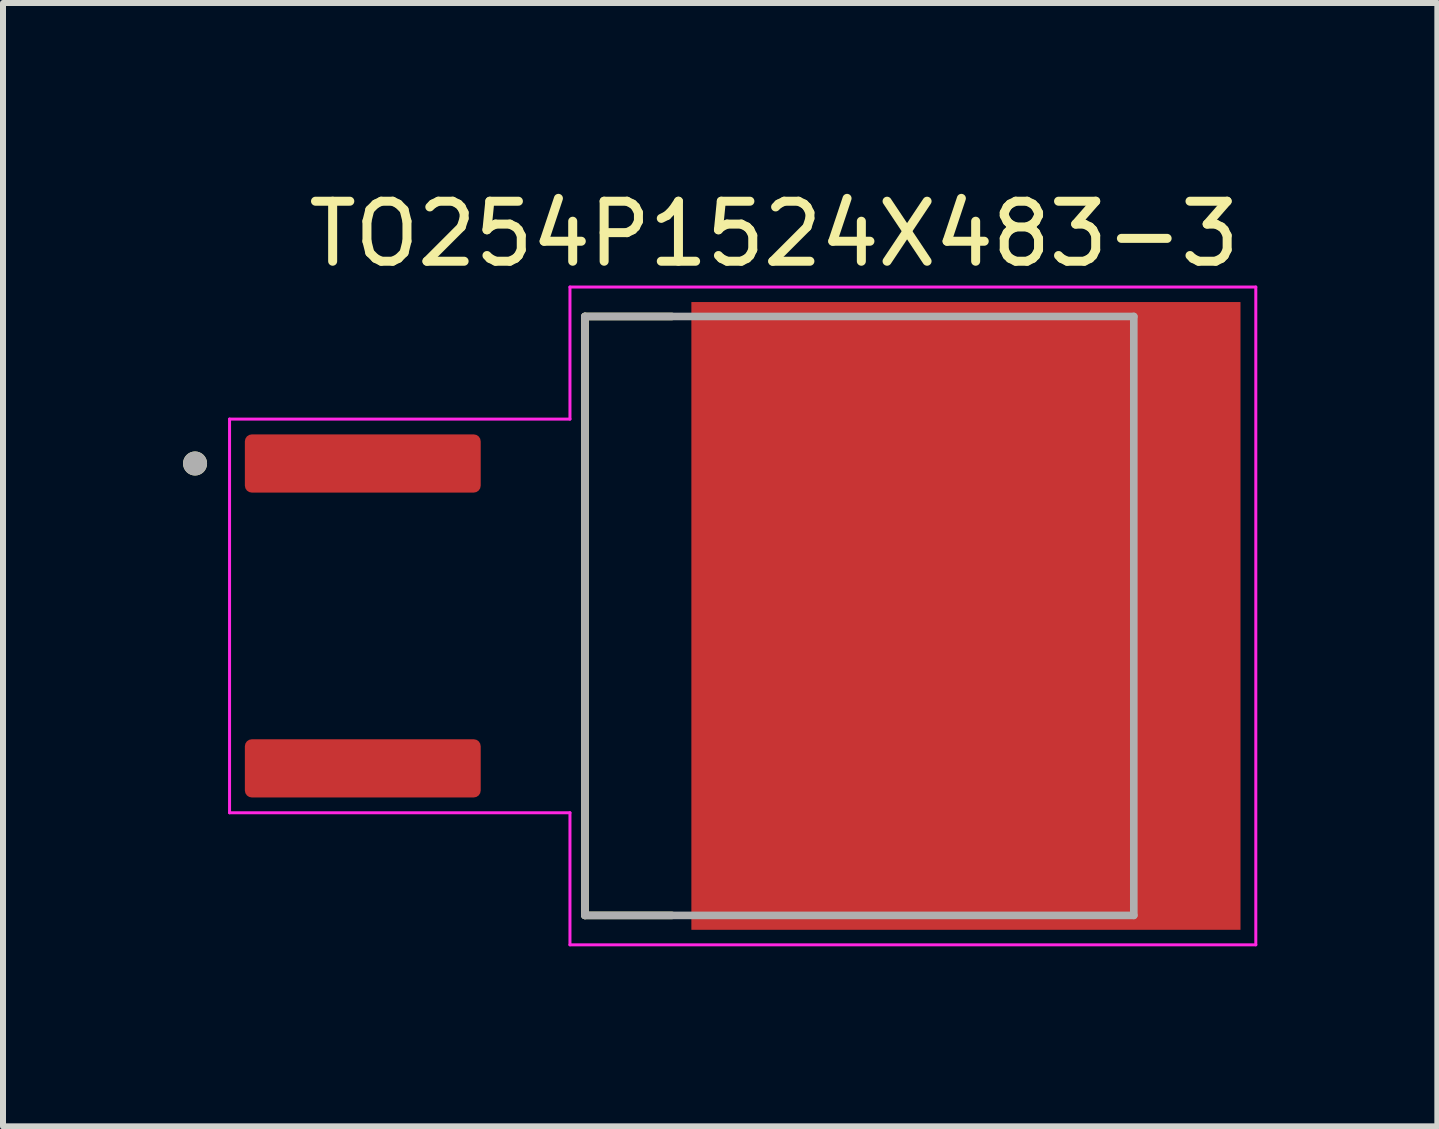
<source format=kicad_pcb>
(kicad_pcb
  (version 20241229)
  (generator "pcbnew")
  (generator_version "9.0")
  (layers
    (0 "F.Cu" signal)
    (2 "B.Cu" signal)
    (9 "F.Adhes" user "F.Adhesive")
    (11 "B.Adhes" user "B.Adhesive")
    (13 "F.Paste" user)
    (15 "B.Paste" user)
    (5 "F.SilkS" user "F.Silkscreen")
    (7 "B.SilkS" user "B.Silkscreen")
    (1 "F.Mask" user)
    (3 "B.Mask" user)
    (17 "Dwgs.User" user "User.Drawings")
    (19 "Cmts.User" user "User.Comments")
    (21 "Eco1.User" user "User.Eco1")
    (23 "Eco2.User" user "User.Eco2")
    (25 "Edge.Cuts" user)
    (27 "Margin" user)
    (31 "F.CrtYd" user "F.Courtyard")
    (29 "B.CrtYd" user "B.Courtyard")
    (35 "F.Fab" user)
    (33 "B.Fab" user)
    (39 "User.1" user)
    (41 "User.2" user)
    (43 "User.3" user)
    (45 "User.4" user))
  (footprint "TO254P1524X483-3"
    (layer "F.Cu")
    (at 9.325 7.213)
    (property "Reference" "TO254P1524X483-3" (at 0.525 -6.365 0) (layer "F.SilkS") (effects (font (size 1 1) (thickness 0.15))))
    (attr through_hole)
    (fp_line (start -2.628 -4.99) (end -2.628 4.99) (stroke (width 0.127) (type solid)) (layer "F.SilkS"))
    (fp_line (start -2.628 4.99) (end -1.18 4.99) (stroke (width 0.127) (type solid)) (layer "F.SilkS"))
    (fp_line (start -1.18 -4.99) (end -2.628 -4.99) (stroke (width 0.127) (type solid)) (layer "F.SilkS"))
    (fp_circle (center -9.125 -2.54) (end -9.025 -2.54) (stroke (width 0.2) (type solid)) (fill no) (layer "F.SilkS"))
    (fp_poly (pts (xy -0.57 -5.01) (xy 0.69 -5.01) (xy 0.69 -3.74) (xy -0.57 -3.74)) (stroke (width 0.01) (type solid)) (fill yes) (layer "F.Paste"))
    (fp_poly (pts (xy -0.57 -3.26) (xy 0.69 -3.26) (xy 0.69 -1.99) (xy -0.57 -1.99)) (stroke (width 0.01) (type solid)) (fill yes) (layer "F.Paste"))
    (fp_poly (pts (xy -0.57 -1.51) (xy 0.69 -1.51) (xy 0.69 -0.24) (xy -0.57 -0.24)) (stroke (width 0.01) (type solid)) (fill yes) (layer "F.Paste"))
    (fp_poly (pts (xy -0.57 0.24) (xy 0.69 0.24) (xy 0.69 1.51) (xy -0.57 1.51)) (stroke (width 0.01) (type solid)) (fill yes) (layer "F.Paste"))
    (fp_poly (pts (xy -0.57 1.99) (xy 0.69 1.99) (xy 0.69 3.26) (xy -0.57 3.26)) (stroke (width 0.01) (type solid)) (fill yes) (layer "F.Paste"))
    (fp_poly (pts (xy -0.57 3.74) (xy 0.69 3.74) (xy 0.69 5.01) (xy -0.57 5.01)) (stroke (width 0.01) (type solid)) (fill yes) (layer "F.Paste"))
    (fp_poly (pts (xy 1.26 -5.01) (xy 2.52 -5.01) (xy 2.52 -3.74) (xy 1.26 -3.74)) (stroke (width 0.01) (type solid)) (fill yes) (layer "F.Paste"))
    (fp_poly (pts (xy 1.26 -3.26) (xy 2.52 -3.26) (xy 2.52 -1.99) (xy 1.26 -1.99)) (stroke (width 0.01) (type solid)) (fill yes) (layer "F.Paste"))
    (fp_poly (pts (xy 1.26 -1.51) (xy 2.52 -1.51) (xy 2.52 -0.24) (xy 1.26 -0.24)) (stroke (width 0.01) (type solid)) (fill yes) (layer "F.Paste"))
    (fp_poly (pts (xy 1.26 0.24) (xy 2.52 0.24) (xy 2.52 1.51) (xy 1.26 1.51)) (stroke (width 0.01) (type solid)) (fill yes) (layer "F.Paste"))
    (fp_poly (pts (xy 1.26 1.99) (xy 2.52 1.99) (xy 2.52 3.26) (xy 1.26 3.26)) (stroke (width 0.01) (type solid)) (fill yes) (layer "F.Paste"))
    (fp_poly (pts (xy 1.26 3.74) (xy 2.52 3.74) (xy 2.52 5.01) (xy 1.26 5.01)) (stroke (width 0.01) (type solid)) (fill yes) (layer "F.Paste"))
    (fp_poly (pts (xy 3.09 -5.01) (xy 4.35 -5.01) (xy 4.35 -3.74) (xy 3.09 -3.74)) (stroke (width 0.01) (type solid)) (fill yes) (layer "F.Paste"))
    (fp_poly (pts (xy 3.09 -3.26) (xy 4.35 -3.26) (xy 4.35 -1.99) (xy 3.09 -1.99)) (stroke (width 0.01) (type solid)) (fill yes) (layer "F.Paste"))
    (fp_poly (pts (xy 3.09 -1.51) (xy 4.35 -1.51) (xy 4.35 -0.24) (xy 3.09 -0.24)) (stroke (width 0.01) (type solid)) (fill yes) (layer "F.Paste"))
    (fp_poly (pts (xy 3.09 0.24) (xy 4.35 0.24) (xy 4.35 1.51) (xy 3.09 1.51)) (stroke (width 0.01) (type solid)) (fill yes) (layer "F.Paste"))
    (fp_poly (pts (xy 3.09 1.99) (xy 4.35 1.99) (xy 4.35 3.26) (xy 3.09 3.26)) (stroke (width 0.01) (type solid)) (fill yes) (layer "F.Paste"))
    (fp_poly (pts (xy 3.09 3.74) (xy 4.35 3.74) (xy 4.35 5.01) (xy 3.09 5.01)) (stroke (width 0.01) (type solid)) (fill yes) (layer "F.Paste"))
    (fp_poly (pts (xy 4.92 -5.01) (xy 6.18 -5.01) (xy 6.18 -3.74) (xy 4.92 -3.74)) (stroke (width 0.01) (type solid)) (fill yes) (layer "F.Paste"))
    (fp_poly (pts (xy 4.92 -3.26) (xy 6.18 -3.26) (xy 6.18 -1.99) (xy 4.92 -1.99)) (stroke (width 0.01) (type solid)) (fill yes) (layer "F.Paste"))
    (fp_poly (pts (xy 4.92 -1.51) (xy 6.18 -1.51) (xy 6.18 -0.24) (xy 4.92 -0.24)) (stroke (width 0.01) (type solid)) (fill yes) (layer "F.Paste"))
    (fp_poly (pts (xy 4.92 0.24) (xy 6.18 0.24) (xy 6.18 1.51) (xy 4.92 1.51)) (stroke (width 0.01) (type solid)) (fill yes) (layer "F.Paste"))
    (fp_poly (pts (xy 4.92 1.99) (xy 6.18 1.99) (xy 6.18 3.26) (xy 4.92 3.26)) (stroke (width 0.01) (type solid)) (fill yes) (layer "F.Paste"))
    (fp_poly (pts (xy 4.92 3.74) (xy 6.18 3.74) (xy 6.18 5.01) (xy 4.92 5.01)) (stroke (width 0.01) (type solid)) (fill yes) (layer "F.Paste"))
    (fp_poly (pts (xy 6.75 -5.01) (xy 8.01 -5.01) (xy 8.01 -3.74) (xy 6.75 -3.74)) (stroke (width 0.01) (type solid)) (fill yes) (layer "F.Paste"))
    (fp_poly (pts (xy 6.75 -3.26) (xy 8.01 -3.26) (xy 8.01 -1.99) (xy 6.75 -1.99)) (stroke (width 0.01) (type solid)) (fill yes) (layer "F.Paste"))
    (fp_poly (pts (xy 6.75 -1.51) (xy 8.01 -1.51) (xy 8.01 -0.24) (xy 6.75 -0.24)) (stroke (width 0.01) (type solid)) (fill yes) (layer "F.Paste"))
    (fp_poly (pts (xy 6.75 0.24) (xy 8.01 0.24) (xy 8.01 1.51) (xy 6.75 1.51)) (stroke (width 0.01) (type solid)) (fill yes) (layer "F.Paste"))
    (fp_poly (pts (xy 6.75 1.99) (xy 8.01 1.99) (xy 8.01 3.26) (xy 6.75 3.26)) (stroke (width 0.01) (type solid)) (fill yes) (layer "F.Paste"))
    (fp_poly (pts (xy 6.75 3.74) (xy 8.01 3.74) (xy 8.01 5.01) (xy 6.75 5.01)) (stroke (width 0.01) (type solid)) (fill yes) (layer "F.Paste"))
    (fp_line (start -8.55 -3.28) (end -8.55 3.28) (stroke (width 0.05) (type solid)) (layer "F.CrtYd"))
    (fp_line (start -8.55 3.28) (end -2.878 3.28) (stroke (width 0.05) (type solid)) (layer "F.CrtYd"))
    (fp_line (start -2.878 -5.48) (end -2.878 -3.28) (stroke (width 0.05) (type solid)) (layer "F.CrtYd"))
    (fp_line (start -2.878 -3.28) (end -8.55 -3.28) (stroke (width 0.05) (type solid)) (layer "F.CrtYd"))
    (fp_line (start -2.878 3.28) (end -2.878 5.48) (stroke (width 0.05) (type solid)) (layer "F.CrtYd"))
    (fp_line (start -2.878 5.48) (end 8.55 5.48) (stroke (width 0.05) (type solid)) (layer "F.CrtYd"))
    (fp_line (start 8.55 -5.48) (end -2.878 -5.48) (stroke (width 0.05) (type solid)) (layer "F.CrtYd"))
    (fp_line (start 8.55 5.48) (end 8.55 -5.48) (stroke (width 0.05) (type solid)) (layer "F.CrtYd"))
    (fp_line (start -2.628 -4.99) (end 6.517 -4.99) (stroke (width 0.127) (type solid)) (layer "F.Fab"))
    (fp_line (start -2.628 4.99) (end -2.628 -4.99) (stroke (width 0.127) (type solid)) (layer "F.Fab"))
    (fp_line (start 6.517 -4.99) (end 6.517 4.99) (stroke (width 0.127) (type solid)) (layer "F.Fab"))
    (fp_line (start 6.517 4.99) (end -2.628 4.99) (stroke (width 0.127) (type solid)) (layer "F.Fab"))
    (fp_circle (center -9.125 -2.54) (end -9.025 -2.54) (stroke (width 0.2) (type solid)) (fill no) (layer "F.Fab"))
    (pad "1" smd roundrect (at -6.33 -2.54) (size 3.93 0.97) (layers "F.Cu" "F.Mask" "F.Paste") (roundrect_rratio 0.12))
    (pad "3" smd roundrect (at -6.33 2.54) (size 3.93 0.97) (layers "F.Cu" "F.Mask" "F.Paste") (roundrect_rratio 0.12))
    (pad "4" smd rect (at 3.72 0) (size 9.15 10.46) (layers "F.Cu" "F.Mask")))
  (gr_rect
    (start -3 -3)
    (end 20.9 15.718)
    (stroke (width 0.1) (type default))
    (fill no)
    (layer "Edge.Cuts")))
</source>
